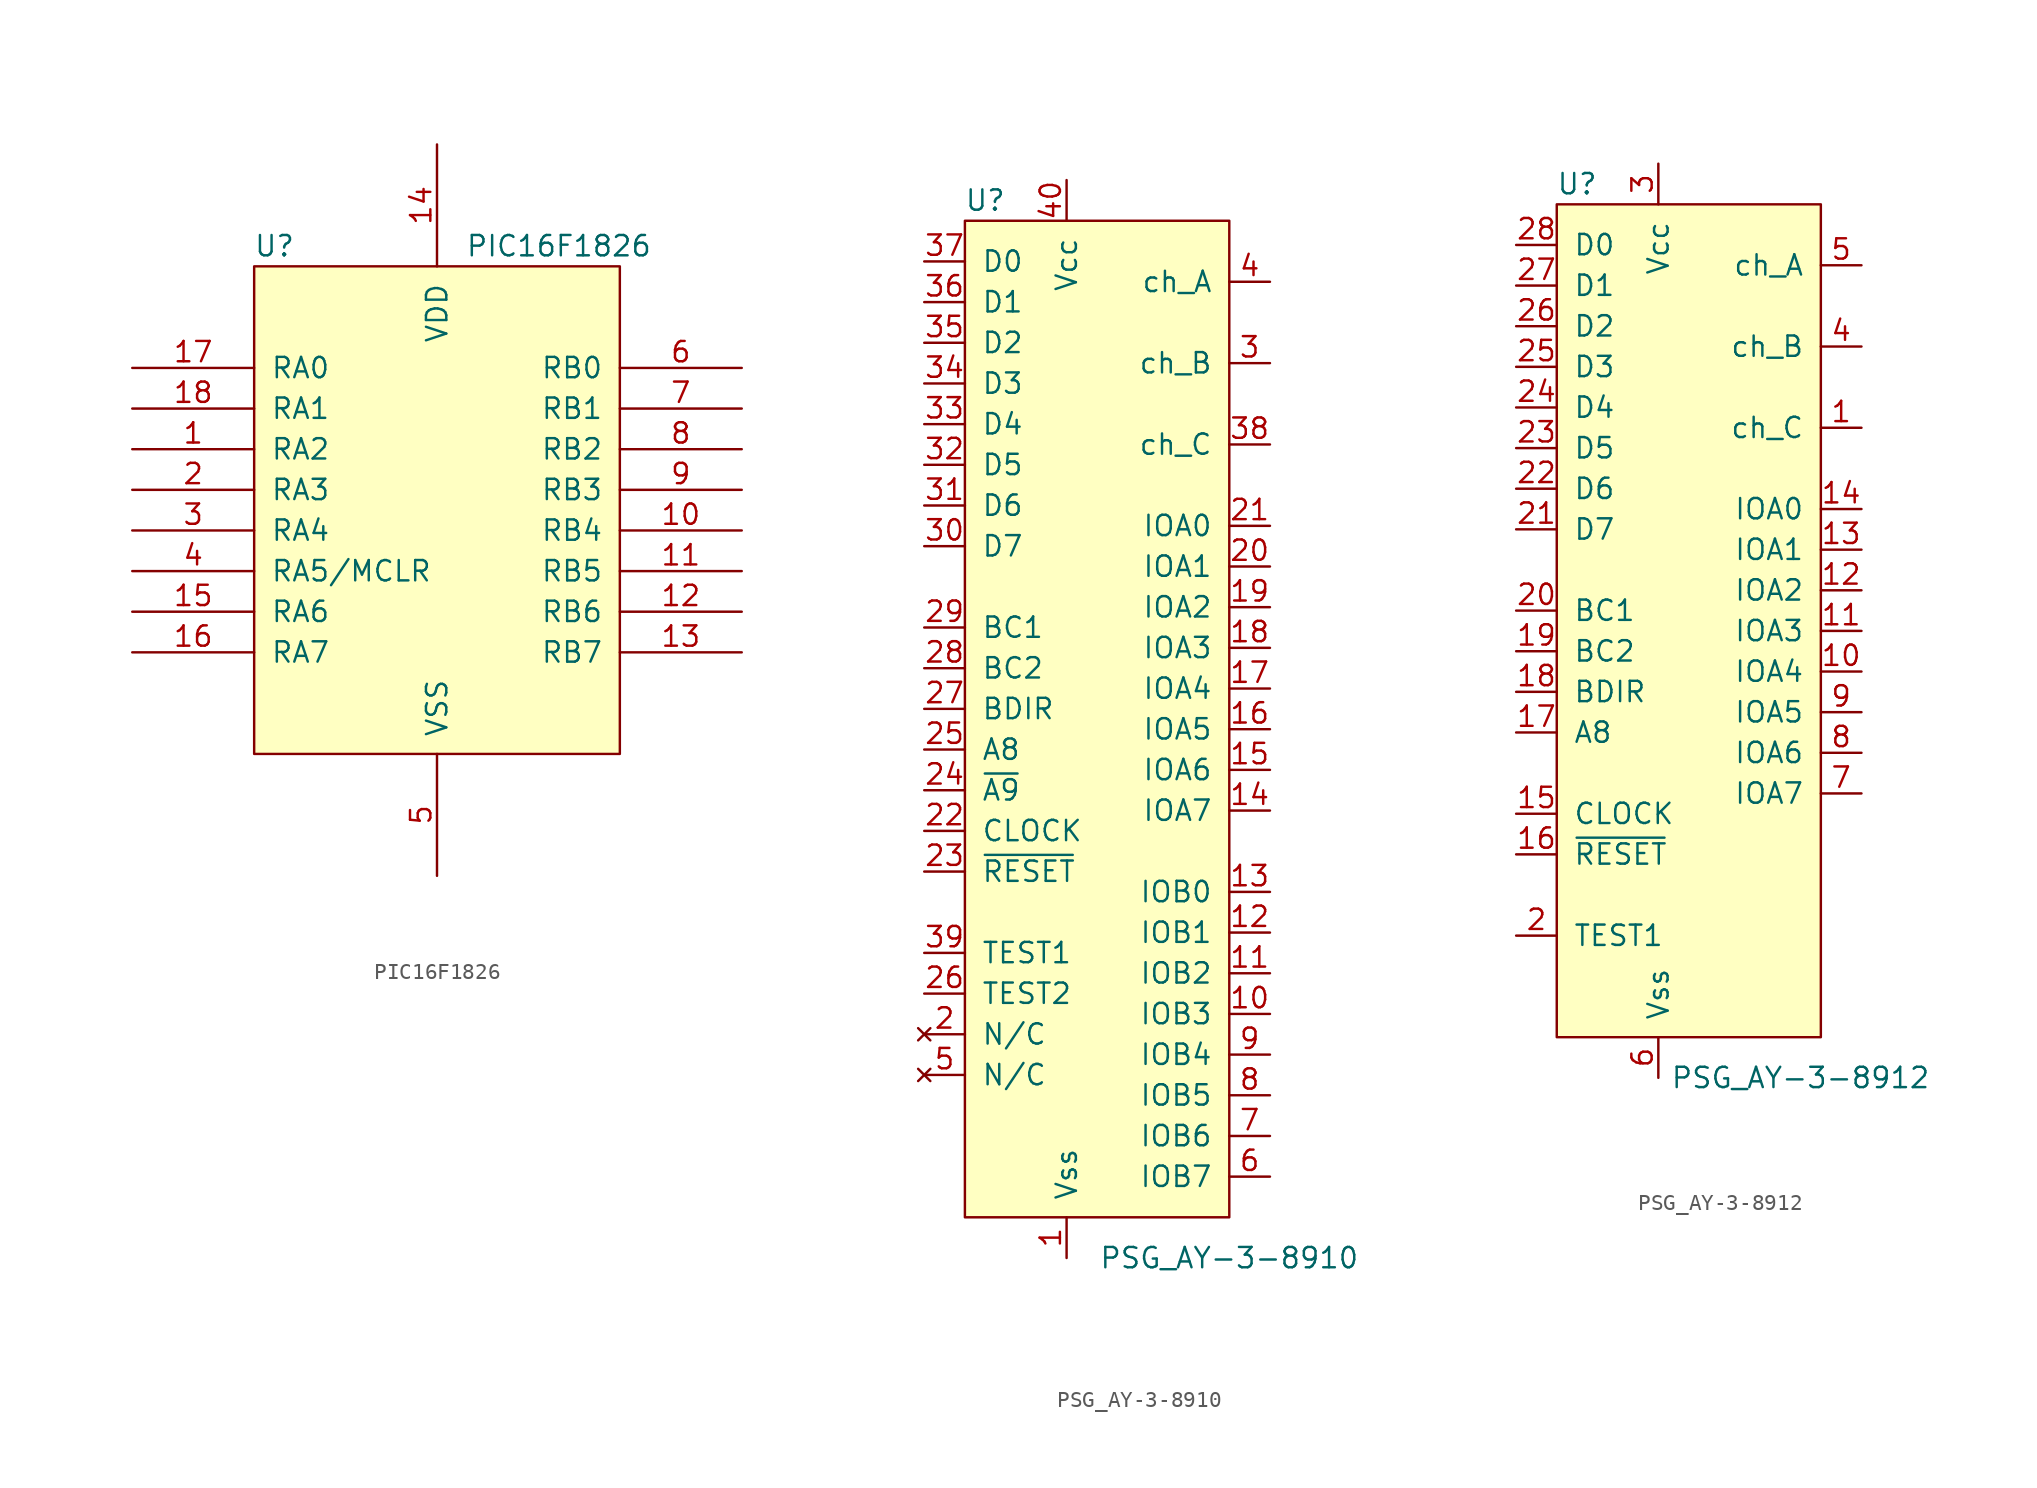
<source format=kicad_sym>
(kicad_symbol_lib
  (version 20241209)
  (generator "kicad_symbol_editor")
  (generator_version "9.0")
  (symbol "PIC16F1826"
    (pin_names
      (offset 1.016))
    (property "Reference" "U"
      (at -10.16 16.51 0)
      (effects (font (size 1.27 1.27))))
    (property "Value" "PIC16F1826"
      (at 7.62 16.51 0)
      (effects (font (size 1.27 1.27))))
    (symbol "PIC16F1826_1_0"
      (rectangle (start -11.43 -15.24) (end 11.43 15.24) (stroke (width 0) (type default)) (fill (type background))))
    (symbol "PIC16F1826_1_1"
      (pin tri_state line (at -19.05 8.89 0) (length 7.62) (name "RA0" (effects (font (size 1.27 1.27)))) (number "17" (effects (font (size 1.27 1.27)))))
      (pin tri_state line (at -19.05 6.35 0) (length 7.62) (name "RA1" (effects (font (size 1.27 1.27)))) (number "18" (effects (font (size 1.27 1.27)))))
      (pin tri_state line (at -19.05 3.81 0) (length 7.62) (name "RA2" (effects (font (size 1.27 1.27)))) (number "1" (effects (font (size 1.27 1.27)))))
      (pin tri_state line (at -19.05 1.27 0) (length 7.62) (name "RA3" (effects (font (size 1.27 1.27)))) (number "2" (effects (font (size 1.27 1.27)))))
      (pin tri_state line (at -19.05 -1.27 0) (length 7.62) (name "RA4" (effects (font (size 1.27 1.27)))) (number "3" (effects (font (size 1.27 1.27)))))
      (pin input line (at -19.05 -3.81 0) (length 7.62) (name "RA5/MCLR" (effects (font (size 1.27 1.27)))) (number "4" (effects (font (size 1.27 1.27)))))
      (pin tri_state line (at -19.05 -6.35 0) (length 7.62) (name "RA6" (effects (font (size 1.27 1.27)))) (number "15" (effects (font (size 1.27 1.27)))))
      (pin tri_state line (at -19.05 -8.89 0) (length 7.62) (name "RA7" (effects (font (size 1.27 1.27)))) (number "16" (effects (font (size 1.27 1.27)))))
      (pin power_in line (at 0 22.86 270) (length 7.62) (name "VDD" (effects (font (size 1.27 1.27)))) (number "14" (effects (font (size 1.27 1.27)))))
      (pin power_in line (at 0 -22.86 90) (length 7.62) (name "VSS" (effects (font (size 1.27 1.27)))) (number "5" (effects (font (size 1.27 1.27)))))
      (pin tri_state line (at 19.05 8.89 180) (length 7.62) (name "RB0" (effects (font (size 1.27 1.27)))) (number "6" (effects (font (size 1.27 1.27)))))
      (pin tri_state line (at 19.05 6.35 180) (length 7.62) (name "RB1" (effects (font (size 1.27 1.27)))) (number "7" (effects (font (size 1.27 1.27)))))
      (pin tri_state line (at 19.05 3.81 180) (length 7.62) (name "RB2" (effects (font (size 1.27 1.27)))) (number "8" (effects (font (size 1.27 1.27)))))
      (pin tri_state line (at 19.05 1.27 180) (length 7.62) (name "RB3" (effects (font (size 1.27 1.27)))) (number "9" (effects (font (size 1.27 1.27)))))
      (pin tri_state line (at 19.05 -1.27 180) (length 7.62) (name "RB4" (effects (font (size 1.27 1.27)))) (number "10" (effects (font (size 1.27 1.27)))))
      (pin tri_state line (at 19.05 -3.81 180) (length 7.62) (name "RB5" (effects (font (size 1.27 1.27)))) (number "11" (effects (font (size 1.27 1.27)))))
      (pin tri_state line (at 19.05 -6.35 180) (length 7.62) (name "RB6" (effects (font (size 1.27 1.27)))) (number "12" (effects (font (size 1.27 1.27)))))
      (pin tri_state line (at 19.05 -8.89 180) (length 7.62) (name "RB7" (effects (font (size 1.27 1.27)))) (number "13" (effects (font (size 1.27 1.27)))))))
  (symbol "PSG_AY-3-8910"
    (pin_names
      (offset 1.016))
    (property "Reference" "U"
      (at -6.35 30.48 0)
      (effects (font (size 1.27 1.27))))
    (property "Value" "PSG_AY-3-8910"
      (at 8.89 -35.56 0)
      (effects (font (size 1.27 1.27))))
    (symbol "PSG_AY-3-8910_0_1"
      (rectangle (start -7.62 29.21) (end 8.89 -33.02) (stroke (width 0) (type default)) (fill (type background))))
    (symbol "PSG_AY-3-8910_1_1"
      (pin bidirectional line (at -10.16 26.67 0) (length 2.54) (name "D0" (effects (font (size 1.27 1.27)))) (number "37" (effects (font (size 1.27 1.27)))))
      (pin bidirectional line (at -10.16 24.13 0) (length 2.54) (name "D1" (effects (font (size 1.27 1.27)))) (number "36" (effects (font (size 1.27 1.27)))))
      (pin bidirectional line (at -10.16 21.59 0) (length 2.54) (name "D2" (effects (font (size 1.27 1.27)))) (number "35" (effects (font (size 1.27 1.27)))))
      (pin bidirectional line (at -10.16 19.05 0) (length 2.54) (name "D3" (effects (font (size 1.27 1.27)))) (number "34" (effects (font (size 1.27 1.27)))))
      (pin bidirectional line (at -10.16 16.51 0) (length 2.54) (name "D4" (effects (font (size 1.27 1.27)))) (number "33" (effects (font (size 1.27 1.27)))))
      (pin bidirectional line (at -10.16 13.97 0) (length 2.54) (name "D5" (effects (font (size 1.27 1.27)))) (number "32" (effects (font (size 1.27 1.27)))))
      (pin bidirectional line (at -10.16 11.43 0) (length 2.54) (name "D6" (effects (font (size 1.27 1.27)))) (number "31" (effects (font (size 1.27 1.27)))))
      (pin bidirectional line (at -10.16 8.89 0) (length 2.54) (name "D7" (effects (font (size 1.27 1.27)))) (number "30" (effects (font (size 1.27 1.27)))))
      (pin input line (at -10.16 3.81 0) (length 2.54) (name "BC1" (effects (font (size 1.27 1.27)))) (number "29" (effects (font (size 1.27 1.27)))))
      (pin input line (at -10.16 1.27 0) (length 2.54) (name "BC2" (effects (font (size 1.27 1.27)))) (number "28" (effects (font (size 1.27 1.27)))))
      (pin input line (at -10.16 -1.27 0) (length 2.54) (name "BDIR" (effects (font (size 1.27 1.27)))) (number "27" (effects (font (size 1.27 1.27)))))
      (pin input line (at -10.16 -3.81 0) (length 2.54) (name "A8" (effects (font (size 1.27 1.27)))) (number "25" (effects (font (size 1.27 1.27)))))
      (pin input line (at -10.16 -6.35 0) (length 2.54) (name "~{A9}" (effects (font (size 1.27 1.27)))) (number "24" (effects (font (size 1.27 1.27)))))
      (pin input line (at -10.16 -8.89 0) (length 2.54) (name "CLOCK" (effects (font (size 1.27 1.27)))) (number "22" (effects (font (size 1.27 1.27)))))
      (pin input line (at -10.16 -11.43 0) (length 2.54) (name "~{RESET}" (effects (font (size 1.27 1.27)))) (number "23" (effects (font (size 1.27 1.27)))))
      (pin input line (at -10.16 -16.51 0) (length 2.54) (name "TEST1" (effects (font (size 1.27 1.27)))) (number "39" (effects (font (size 1.27 1.27)))))
      (pin input line (at -10.16 -19.05 0) (length 2.54) (name "TEST2" (effects (font (size 1.27 1.27)))) (number "26" (effects (font (size 1.27 1.27)))))
      (pin no_connect line (at -10.16 -21.59 0) (length 2.54) (name "N/C" (effects (font (size 1.27 1.27)))) (number "2" (effects (font (size 1.27 1.27)))))
      (pin no_connect line (at -10.16 -24.13 0) (length 2.54) (name "N/C" (effects (font (size 1.27 1.27)))) (number "5" (effects (font (size 1.27 1.27)))))
      (pin power_in line (at -1.27 31.75 270) (length 2.54) (name "Vcc" (effects (font (size 1.27 1.27)))) (number "40" (effects (font (size 1.27 1.27)))))
      (pin power_in line (at -1.27 -35.56 90) (length 2.54) (name "Vss" (effects (font (size 1.27 1.27)))) (number "1" (effects (font (size 1.27 1.27)))))
      (pin output line (at 11.43 25.4 180) (length 2.54) (name "ch_A" (effects (font (size 1.27 1.27)))) (number "4" (effects (font (size 1.27 1.27)))))
      (pin output line (at 11.43 20.32 180) (length 2.54) (name "ch_B" (effects (font (size 1.27 1.27)))) (number "3" (effects (font (size 1.27 1.27)))))
      (pin output line (at 11.43 15.24 180) (length 2.54) (name "ch_C" (effects (font (size 1.27 1.27)))) (number "38" (effects (font (size 1.27 1.27)))))
      (pin bidirectional line (at 11.43 10.16 180) (length 2.54) (name "IOA0" (effects (font (size 1.27 1.27)))) (number "21" (effects (font (size 1.27 1.27)))))
      (pin bidirectional line (at 11.43 7.62 180) (length 2.54) (name "IOA1" (effects (font (size 1.27 1.27)))) (number "20" (effects (font (size 1.27 1.27)))))
      (pin bidirectional line (at 11.43 5.08 180) (length 2.54) (name "IOA2" (effects (font (size 1.27 1.27)))) (number "19" (effects (font (size 1.27 1.27)))))
      (pin bidirectional line (at 11.43 2.54 180) (length 2.54) (name "IOA3" (effects (font (size 1.27 1.27)))) (number "18" (effects (font (size 1.27 1.27)))))
      (pin bidirectional line (at 11.43 0 180) (length 2.54) (name "IOA4" (effects (font (size 1.27 1.27)))) (number "17" (effects (font (size 1.27 1.27)))))
      (pin bidirectional line (at 11.43 -2.54 180) (length 2.54) (name "IOA5" (effects (font (size 1.27 1.27)))) (number "16" (effects (font (size 1.27 1.27)))))
      (pin bidirectional line (at 11.43 -5.08 180) (length 2.54) (name "IOA6" (effects (font (size 1.27 1.27)))) (number "15" (effects (font (size 1.27 1.27)))))
      (pin bidirectional line (at 11.43 -7.62 180) (length 2.54) (name "IOA7" (effects (font (size 1.27 1.27)))) (number "14" (effects (font (size 1.27 1.27)))))
      (pin bidirectional line (at 11.43 -12.7 180) (length 2.54) (name "IOB0" (effects (font (size 1.27 1.27)))) (number "13" (effects (font (size 1.27 1.27)))))
      (pin bidirectional line (at 11.43 -15.24 180) (length 2.54) (name "IOB1" (effects (font (size 1.27 1.27)))) (number "12" (effects (font (size 1.27 1.27)))))
      (pin bidirectional line (at 11.43 -17.78 180) (length 2.54) (name "IOB2" (effects (font (size 1.27 1.27)))) (number "11" (effects (font (size 1.27 1.27)))))
      (pin bidirectional line (at 11.43 -20.32 180) (length 2.54) (name "IOB3" (effects (font (size 1.27 1.27)))) (number "10" (effects (font (size 1.27 1.27)))))
      (pin bidirectional line (at 11.43 -22.86 180) (length 2.54) (name "IOB4" (effects (font (size 1.27 1.27)))) (number "9" (effects (font (size 1.27 1.27)))))
      (pin bidirectional line (at 11.43 -25.4 180) (length 2.54) (name "IOB5" (effects (font (size 1.27 1.27)))) (number "8" (effects (font (size 1.27 1.27)))))
      (pin bidirectional line (at 11.43 -27.94 180) (length 2.54) (name "IOB6" (effects (font (size 1.27 1.27)))) (number "7" (effects (font (size 1.27 1.27)))))
      (pin bidirectional line (at 11.43 -30.48 180) (length 2.54) (name "IOB7" (effects (font (size 1.27 1.27)))) (number "6" (effects (font (size 1.27 1.27)))))))
  (symbol "PSG_AY-3-8912"
    (pin_names
      (offset 1.016))
    (property "Reference" "U"
      (at -7.62 27.94 0)
      (effects (font (size 1.27 1.27))))
    (property "Value" "PSG_AY-3-8912"
      (at 6.35 -27.94 0)
      (effects (font (size 1.27 1.27))))
    (symbol "PSG_AY-3-8912_0_1"
      (rectangle (start -8.89 26.67) (end 7.62 -25.4) (stroke (width 0) (type default)) (fill (type background))))
    (symbol "PSG_AY-3-8912_1_1"
      (pin bidirectional line (at -11.43 24.13 0) (length 2.54) (name "D0" (effects (font (size 1.27 1.27)))) (number "28" (effects (font (size 1.27 1.27)))))
      (pin bidirectional line (at -11.43 21.59 0) (length 2.54) (name "D1" (effects (font (size 1.27 1.27)))) (number "27" (effects (font (size 1.27 1.27)))))
      (pin bidirectional line (at -11.43 19.05 0) (length 2.54) (name "D2" (effects (font (size 1.27 1.27)))) (number "26" (effects (font (size 1.27 1.27)))))
      (pin bidirectional line (at -11.43 16.51 0) (length 2.54) (name "D3" (effects (font (size 1.27 1.27)))) (number "25" (effects (font (size 1.27 1.27)))))
      (pin bidirectional line (at -11.43 13.97 0) (length 2.54) (name "D4" (effects (font (size 1.27 1.27)))) (number "24" (effects (font (size 1.27 1.27)))))
      (pin bidirectional line (at -11.43 11.43 0) (length 2.54) (name "D5" (effects (font (size 1.27 1.27)))) (number "23" (effects (font (size 1.27 1.27)))))
      (pin bidirectional line (at -11.43 8.89 0) (length 2.54) (name "D6" (effects (font (size 1.27 1.27)))) (number "22" (effects (font (size 1.27 1.27)))))
      (pin bidirectional line (at -11.43 6.35 0) (length 2.54) (name "D7" (effects (font (size 1.27 1.27)))) (number "21" (effects (font (size 1.27 1.27)))))
      (pin input line (at -11.43 1.27 0) (length 2.54) (name "BC1" (effects (font (size 1.27 1.27)))) (number "20" (effects (font (size 1.27 1.27)))))
      (pin input line (at -11.43 -1.27 0) (length 2.54) (name "BC2" (effects (font (size 1.27 1.27)))) (number "19" (effects (font (size 1.27 1.27)))))
      (pin input line (at -11.43 -3.81 0) (length 2.54) (name "BDIR" (effects (font (size 1.27 1.27)))) (number "18" (effects (font (size 1.27 1.27)))))
      (pin input line (at -11.43 -6.35 0) (length 2.54) (name "A8" (effects (font (size 1.27 1.27)))) (number "17" (effects (font (size 1.27 1.27)))))
      (pin input line (at -11.43 -11.43 0) (length 2.54) (name "CLOCK" (effects (font (size 1.27 1.27)))) (number "15" (effects (font (size 1.27 1.27)))))
      (pin input line (at -11.43 -13.97 0) (length 2.54) (name "~{RESET}" (effects (font (size 1.27 1.27)))) (number "16" (effects (font (size 1.27 1.27)))))
      (pin input line (at -11.43 -19.05 0) (length 2.54) (name "TEST1" (effects (font (size 1.27 1.27)))) (number "2" (effects (font (size 1.27 1.27)))))
      (pin power_in line (at -2.54 29.21 270) (length 2.54) (name "Vcc" (effects (font (size 1.27 1.27)))) (number "3" (effects (font (size 1.27 1.27)))))
      (pin power_in line (at -2.54 -27.94 90) (length 2.54) (name "Vss" (effects (font (size 1.27 1.27)))) (number "6" (effects (font (size 1.27 1.27)))))
      (pin output line (at 10.16 22.86 180) (length 2.54) (name "ch_A" (effects (font (size 1.27 1.27)))) (number "5" (effects (font (size 1.27 1.27)))))
      (pin output line (at 10.16 17.78 180) (length 2.54) (name "ch_B" (effects (font (size 1.27 1.27)))) (number "4" (effects (font (size 1.27 1.27)))))
      (pin output line (at 10.16 12.7 180) (length 2.54) (name "ch_C" (effects (font (size 1.27 1.27)))) (number "1" (effects (font (size 1.27 1.27)))))
      (pin bidirectional line (at 10.16 7.62 180) (length 2.54) (name "IOA0" (effects (font (size 1.27 1.27)))) (number "14" (effects (font (size 1.27 1.27)))))
      (pin bidirectional line (at 10.16 5.08 180) (length 2.54) (name "IOA1" (effects (font (size 1.27 1.27)))) (number "13" (effects (font (size 1.27 1.27)))))
      (pin bidirectional line (at 10.16 2.54 180) (length 2.54) (name "IOA2" (effects (font (size 1.27 1.27)))) (number "12" (effects (font (size 1.27 1.27)))))
      (pin bidirectional line (at 10.16 0 180) (length 2.54) (name "IOA3" (effects (font (size 1.27 1.27)))) (number "11" (effects (font (size 1.27 1.27)))))
      (pin bidirectional line (at 10.16 -2.54 180) (length 2.54) (name "IOA4" (effects (font (size 1.27 1.27)))) (number "10" (effects (font (size 1.27 1.27)))))
      (pin bidirectional line (at 10.16 -5.08 180) (length 2.54) (name "IOA5" (effects (font (size 1.27 1.27)))) (number "9" (effects (font (size 1.27 1.27)))))
      (pin bidirectional line (at 10.16 -7.62 180) (length 2.54) (name "IOA6" (effects (font (size 1.27 1.27)))) (number "8" (effects (font (size 1.27 1.27)))))
      (pin bidirectional line (at 10.16 -10.16 180) (length 2.54) (name "IOA7" (effects (font (size 1.27 1.27)))) (number "7" (effects (font (size 1.27 1.27))))))))
</source>
